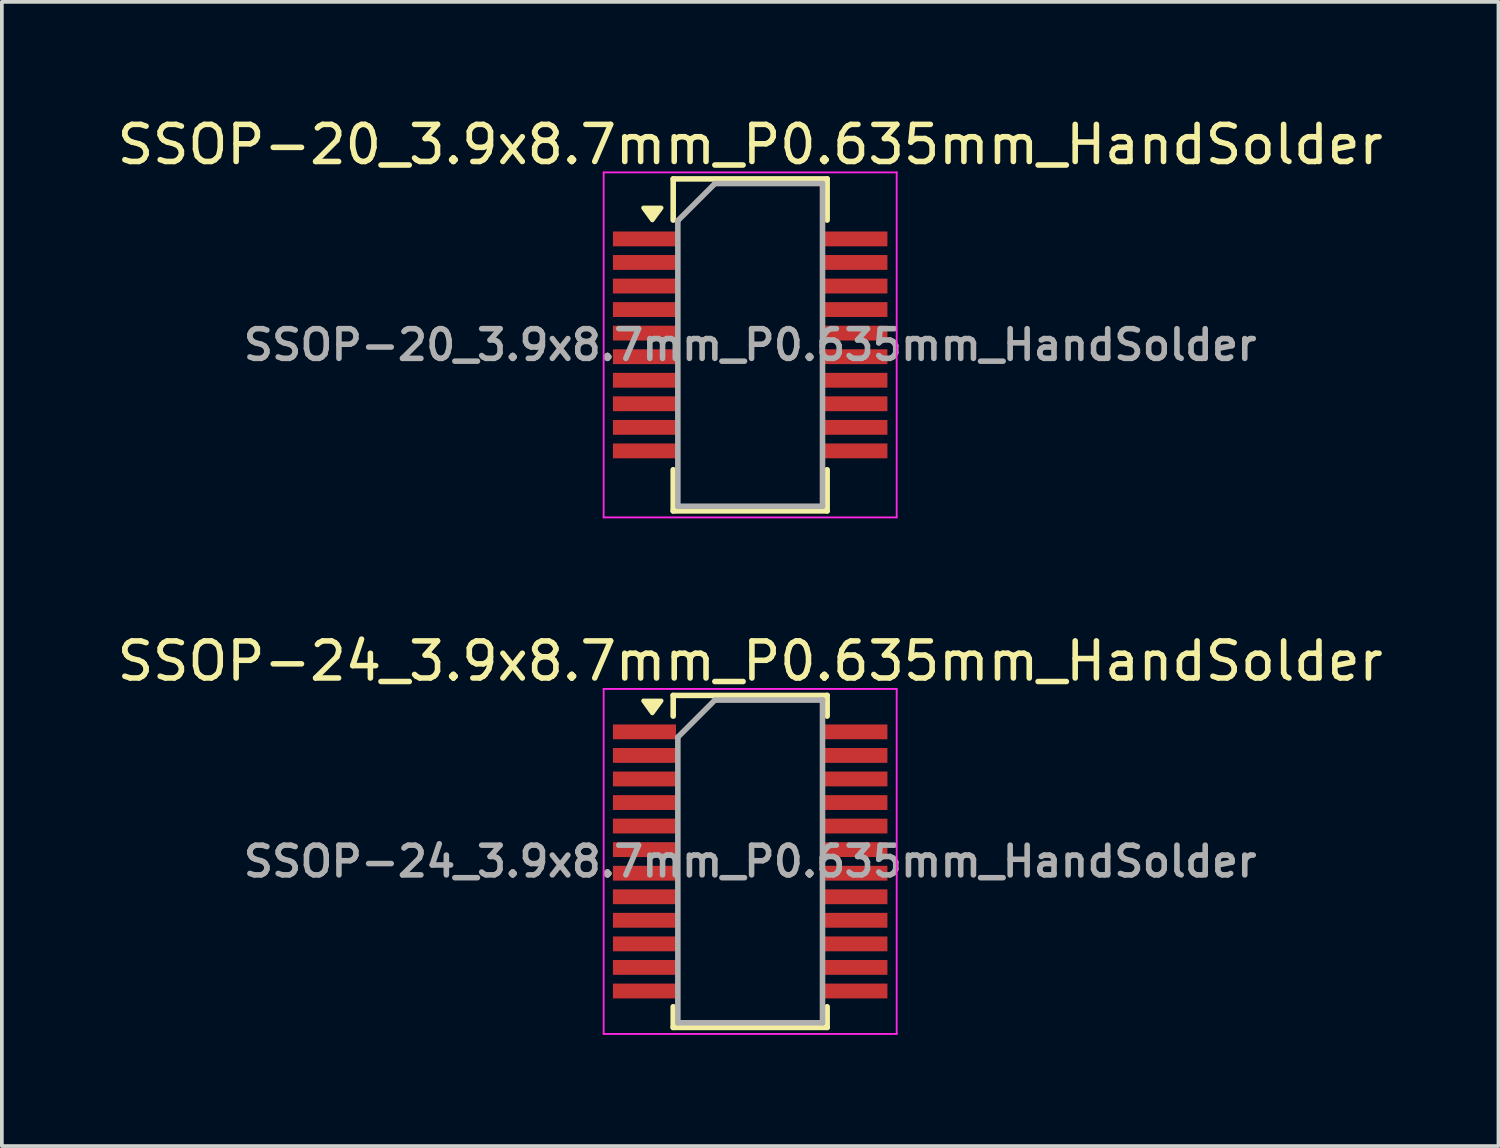
<source format=kicad_pcb>
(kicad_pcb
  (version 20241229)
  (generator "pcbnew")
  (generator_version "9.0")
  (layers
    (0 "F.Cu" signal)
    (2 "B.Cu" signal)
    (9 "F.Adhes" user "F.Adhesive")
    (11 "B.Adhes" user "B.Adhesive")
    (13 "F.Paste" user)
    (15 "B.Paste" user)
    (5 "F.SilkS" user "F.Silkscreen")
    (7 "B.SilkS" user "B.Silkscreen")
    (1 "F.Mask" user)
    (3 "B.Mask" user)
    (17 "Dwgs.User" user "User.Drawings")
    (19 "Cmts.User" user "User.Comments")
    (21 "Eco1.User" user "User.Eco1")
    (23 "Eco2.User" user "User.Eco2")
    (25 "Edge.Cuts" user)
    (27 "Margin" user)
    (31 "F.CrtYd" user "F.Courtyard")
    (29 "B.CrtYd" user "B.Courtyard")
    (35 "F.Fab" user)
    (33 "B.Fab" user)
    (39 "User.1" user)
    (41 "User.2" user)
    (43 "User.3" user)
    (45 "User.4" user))
  (footprint "SSOP-24_3.9x8.7mm_P0.635mm_HandSolder"
    (layer "F.Cu")
    (at 17.173 20.172)
    (property "Reference" "SSOP-24_3.9x8.7mm_P0.635mm_HandSolder" (at 0 -5.4 0) (layer "F.SilkS") (effects (font (size 1 1) (thickness 0.15))))
    (attr smd)
    (fp_line (start -2.075 -4.475) (end -2.075 -3.917) (stroke (width 0.15) (type solid)) (layer "F.SilkS"))
    (fp_line (start -2.075 -4.475) (end 2.075 -4.475) (stroke (width 0.15) (type solid)) (layer "F.SilkS"))
    (fp_line (start -2.075 4.475) (end -2.075 3.917) (stroke (width 0.15) (type solid)) (layer "F.SilkS"))
    (fp_line (start -2.075 4.475) (end 2.075 4.475) (stroke (width 0.15) (type solid)) (layer "F.SilkS"))
    (fp_line (start 2.075 -4.475) (end 2.075 -3.917) (stroke (width 0.15) (type solid)) (layer "F.SilkS"))
    (fp_line (start 2.075 4.475) (end 2.075 3.917) (stroke (width 0.15) (type solid)) (layer "F.SilkS"))
    (fp_poly (pts (xy -2.638 -4) (xy -2.877 -4.33) (xy -2.397 -4.33) (xy -2.638 -4)) (stroke (width 0.12) (type solid)) (fill yes) (layer "F.SilkS"))
    (fp_line (start -3.95 -4.65) (end -3.95 4.65) (stroke (width 0.05) (type solid)) (layer "F.CrtYd"))
    (fp_line (start -3.95 -4.65) (end 3.95 -4.65) (stroke (width 0.05) (type solid)) (layer "F.CrtYd"))
    (fp_line (start -3.95 4.65) (end 3.95 4.65) (stroke (width 0.05) (type solid)) (layer "F.CrtYd"))
    (fp_line (start 3.95 -4.65) (end 3.95 4.65) (stroke (width 0.05) (type solid)) (layer "F.CrtYd"))
    (fp_line (start -1.95 -3.35) (end -0.95 -4.35) (stroke (width 0.15) (type solid)) (layer "F.Fab"))
    (fp_line (start -1.95 4.35) (end -1.95 -3.35) (stroke (width 0.15) (type solid)) (layer "F.Fab"))
    (fp_line (start -0.95 -4.35) (end 1.95 -4.35) (stroke (width 0.15) (type solid)) (layer "F.Fab"))
    (fp_line (start 1.95 -4.35) (end 1.95 4.35) (stroke (width 0.15) (type solid)) (layer "F.Fab"))
    (fp_line (start 1.95 4.35) (end -1.95 4.35) (stroke (width 0.15) (type solid)) (layer "F.Fab"))
    (fp_text user "${REFERENCE}" (at 0 0 0) (layer "F.Fab") (effects (font (size 0.8 0.8) (thickness 0.15))))
    (pad "1" smd rect (at -2.85 -3.493) (size 1.7 0.4) (layers "F.Cu" "F.Mask" "F.Paste"))
    (pad "2" smd rect (at -2.85 -2.857) (size 1.7 0.4) (layers "F.Cu" "F.Mask" "F.Paste"))
    (pad "3" smd rect (at -2.85 -2.223) (size 1.7 0.4) (layers "F.Cu" "F.Mask" "F.Paste"))
    (pad "4" smd rect (at -2.85 -1.587) (size 1.7 0.4) (layers "F.Cu" "F.Mask" "F.Paste"))
    (pad "5" smd rect (at -2.85 -0.953) (size 1.7 0.4) (layers "F.Cu" "F.Mask" "F.Paste"))
    (pad "6" smd rect (at -2.85 -0.318) (size 1.7 0.4) (layers "F.Cu" "F.Mask" "F.Paste"))
    (pad "7" smd rect (at -2.85 0.318) (size 1.7 0.4) (layers "F.Cu" "F.Mask" "F.Paste"))
    (pad "8" smd rect (at -2.85 0.953) (size 1.7 0.4) (layers "F.Cu" "F.Mask" "F.Paste"))
    (pad "9" smd rect (at -2.85 1.587) (size 1.7 0.4) (layers "F.Cu" "F.Mask" "F.Paste"))
    (pad "10" smd rect (at -2.85 2.223) (size 1.7 0.4) (layers "F.Cu" "F.Mask" "F.Paste"))
    (pad "11" smd rect (at -2.85 2.857) (size 1.7 0.4) (layers "F.Cu" "F.Mask" "F.Paste"))
    (pad "12" smd rect (at -2.85 3.493) (size 1.7 0.4) (layers "F.Cu" "F.Mask" "F.Paste"))
    (pad "13" smd rect (at 2.85 3.493) (size 1.7 0.4) (layers "F.Cu" "F.Mask" "F.Paste"))
    (pad "14" smd rect (at 2.85 2.857) (size 1.7 0.4) (layers "F.Cu" "F.Mask" "F.Paste"))
    (pad "15" smd rect (at 2.85 2.223) (size 1.7 0.4) (layers "F.Cu" "F.Mask" "F.Paste"))
    (pad "16" smd rect (at 2.85 1.587) (size 1.7 0.4) (layers "F.Cu" "F.Mask" "F.Paste"))
    (pad "17" smd rect (at 2.85 0.953) (size 1.7 0.4) (layers "F.Cu" "F.Mask" "F.Paste"))
    (pad "18" smd rect (at 2.85 0.318) (size 1.7 0.4) (layers "F.Cu" "F.Mask" "F.Paste"))
    (pad "19" smd rect (at 2.85 -0.318) (size 1.7 0.4) (layers "F.Cu" "F.Mask" "F.Paste"))
    (pad "20" smd rect (at 2.85 -0.953) (size 1.7 0.4) (layers "F.Cu" "F.Mask" "F.Paste"))
    (pad "21" smd rect (at 2.85 -1.587) (size 1.7 0.4) (layers "F.Cu" "F.Mask" "F.Paste"))
    (pad "22" smd rect (at 2.85 -2.223) (size 1.7 0.4) (layers "F.Cu" "F.Mask" "F.Paste"))
    (pad "23" smd rect (at 2.85 -2.857) (size 1.7 0.4) (layers "F.Cu" "F.Mask" "F.Paste"))
    (pad "24" smd rect (at 2.85 -3.493) (size 1.7 0.4) (layers "F.Cu" "F.Mask" "F.Paste")))
  (footprint "SSOP-20_3.9x8.7mm_P0.635mm_HandSolder"
    (layer "F.Cu")
    (at 17.173 6.248)
    (property "Reference" "SSOP-20_3.9x8.7mm_P0.635mm_HandSolder" (at 0 -5.4 0) (layer "F.SilkS") (effects (font (size 1 1) (thickness 0.15))))
    (attr smd)
    (fp_line (start -2.075 -4.475) (end 2.075 -4.475) (stroke (width 0.15) (type solid)) (layer "F.SilkS"))
    (fp_line (start -2.075 -3.365) (end -2.075 -4.475) (stroke (width 0.15) (type solid)) (layer "F.SilkS"))
    (fp_line (start -2.075 4.475) (end -2.075 3.365) (stroke (width 0.15) (type solid)) (layer "F.SilkS"))
    (fp_line (start -2.075 4.475) (end 2.075 4.475) (stroke (width 0.15) (type solid)) (layer "F.SilkS"))
    (fp_line (start 2.075 -4.475) (end 2.075 -3.365) (stroke (width 0.15) (type solid)) (layer "F.SilkS"))
    (fp_line (start 2.075 4.475) (end 2.075 3.365) (stroke (width 0.15) (type solid)) (layer "F.SilkS"))
    (fp_poly (pts (xy -2.638 -3.365) (xy -2.877 -3.695) (xy -2.397 -3.695) (xy -2.638 -3.365)) (stroke (width 0.12) (type solid)) (fill yes) (layer "F.SilkS"))
    (fp_line (start -3.95 -4.65) (end -3.95 4.65) (stroke (width 0.05) (type solid)) (layer "F.CrtYd"))
    (fp_line (start -3.95 -4.65) (end 3.95 -4.65) (stroke (width 0.05) (type solid)) (layer "F.CrtYd"))
    (fp_line (start -3.95 4.65) (end 3.95 4.65) (stroke (width 0.05) (type solid)) (layer "F.CrtYd"))
    (fp_line (start 3.95 -4.65) (end 3.95 4.65) (stroke (width 0.05) (type solid)) (layer "F.CrtYd"))
    (fp_line (start -1.95 -3.35) (end -0.95 -4.35) (stroke (width 0.15) (type solid)) (layer "F.Fab"))
    (fp_line (start -1.95 4.35) (end -1.95 -3.35) (stroke (width 0.15) (type solid)) (layer "F.Fab"))
    (fp_line (start -0.95 -4.35) (end 1.95 -4.35) (stroke (width 0.15) (type solid)) (layer "F.Fab"))
    (fp_line (start 1.95 -4.35) (end 1.95 4.35) (stroke (width 0.15) (type solid)) (layer "F.Fab"))
    (fp_line (start 1.95 4.35) (end -1.95 4.35) (stroke (width 0.15) (type solid)) (layer "F.Fab"))
    (fp_text user "${REFERENCE}" (at 0 0 0) (layer "F.Fab") (effects (font (size 0.8 0.8) (thickness 0.15))))
    (pad "1" smd rect (at -2.85 -2.857) (size 1.7 0.4) (layers "F.Cu" "F.Mask" "F.Paste"))
    (pad "2" smd rect (at -2.85 -2.223) (size 1.7 0.4) (layers "F.Cu" "F.Mask" "F.Paste"))
    (pad "3" smd rect (at -2.85 -1.587) (size 1.7 0.4) (layers "F.Cu" "F.Mask" "F.Paste"))
    (pad "4" smd rect (at -2.85 -0.953) (size 1.7 0.4) (layers "F.Cu" "F.Mask" "F.Paste"))
    (pad "5" smd rect (at -2.85 -0.318) (size 1.7 0.4) (layers "F.Cu" "F.Mask" "F.Paste"))
    (pad "6" smd rect (at -2.85 0.318) (size 1.7 0.4) (layers "F.Cu" "F.Mask" "F.Paste"))
    (pad "7" smd rect (at -2.85 0.953) (size 1.7 0.4) (layers "F.Cu" "F.Mask" "F.Paste"))
    (pad "8" smd rect (at -2.85 1.587) (size 1.7 0.4) (layers "F.Cu" "F.Mask" "F.Paste"))
    (pad "9" smd rect (at -2.85 2.223) (size 1.7 0.4) (layers "F.Cu" "F.Mask" "F.Paste"))
    (pad "10" smd rect (at -2.85 2.857) (size 1.7 0.4) (layers "F.Cu" "F.Mask" "F.Paste"))
    (pad "11" smd rect (at 2.85 2.857) (size 1.7 0.4) (layers "F.Cu" "F.Mask" "F.Paste"))
    (pad "12" smd rect (at 2.85 2.223) (size 1.7 0.4) (layers "F.Cu" "F.Mask" "F.Paste"))
    (pad "13" smd rect (at 2.85 1.587) (size 1.7 0.4) (layers "F.Cu" "F.Mask" "F.Paste"))
    (pad "14" smd rect (at 2.85 0.953) (size 1.7 0.4) (layers "F.Cu" "F.Mask" "F.Paste"))
    (pad "15" smd rect (at 2.85 0.318) (size 1.7 0.4) (layers "F.Cu" "F.Mask" "F.Paste"))
    (pad "16" smd rect (at 2.85 -0.318) (size 1.7 0.4) (layers "F.Cu" "F.Mask" "F.Paste"))
    (pad "17" smd rect (at 2.85 -0.953) (size 1.7 0.4) (layers "F.Cu" "F.Mask" "F.Paste"))
    (pad "18" smd rect (at 2.85 -1.587) (size 1.7 0.4) (layers "F.Cu" "F.Mask" "F.Paste"))
    (pad "19" smd rect (at 2.85 -2.223) (size 1.7 0.4) (layers "F.Cu" "F.Mask" "F.Paste"))
    (pad "20" smd rect (at 2.85 -2.857) (size 1.7 0.4) (layers "F.Cu" "F.Mask" "F.Paste")))
  (gr_rect
    (start -3 -3)
    (end 37.345 27.846)
    (stroke (width 0.1) (type default))
    (fill no)
    (layer "Edge.Cuts")))
</source>
